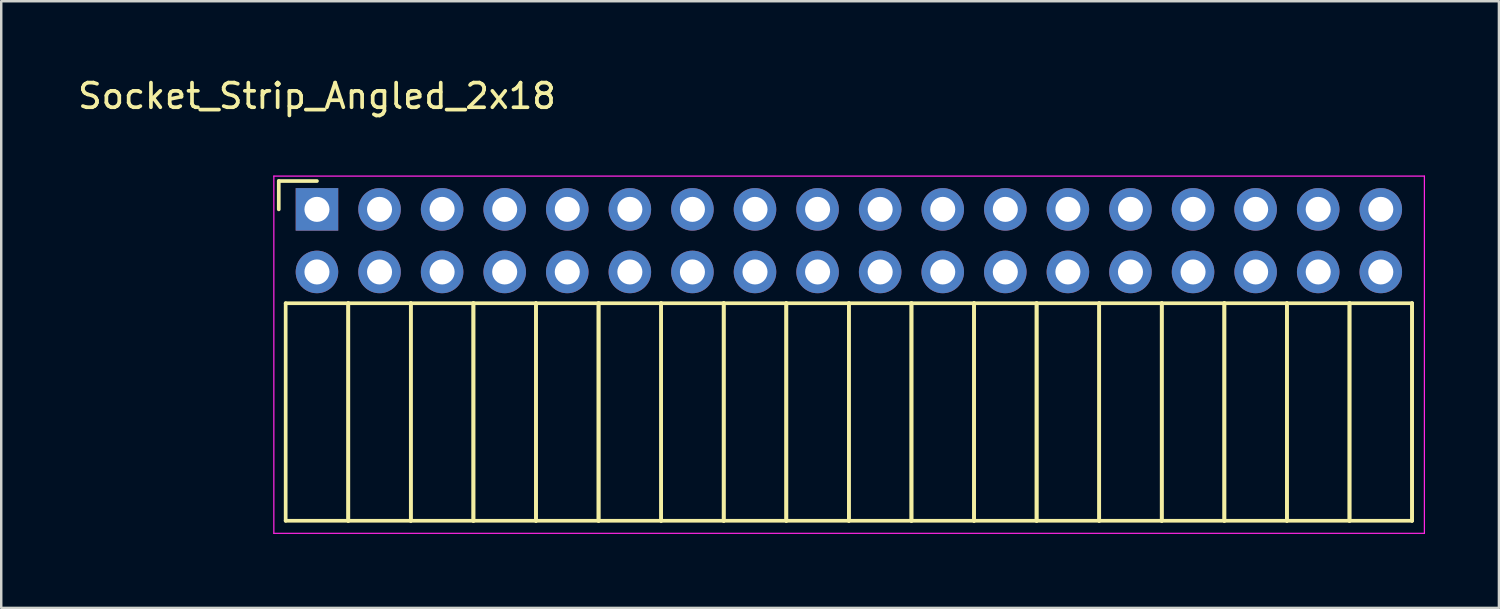
<source format=kicad_pcb>
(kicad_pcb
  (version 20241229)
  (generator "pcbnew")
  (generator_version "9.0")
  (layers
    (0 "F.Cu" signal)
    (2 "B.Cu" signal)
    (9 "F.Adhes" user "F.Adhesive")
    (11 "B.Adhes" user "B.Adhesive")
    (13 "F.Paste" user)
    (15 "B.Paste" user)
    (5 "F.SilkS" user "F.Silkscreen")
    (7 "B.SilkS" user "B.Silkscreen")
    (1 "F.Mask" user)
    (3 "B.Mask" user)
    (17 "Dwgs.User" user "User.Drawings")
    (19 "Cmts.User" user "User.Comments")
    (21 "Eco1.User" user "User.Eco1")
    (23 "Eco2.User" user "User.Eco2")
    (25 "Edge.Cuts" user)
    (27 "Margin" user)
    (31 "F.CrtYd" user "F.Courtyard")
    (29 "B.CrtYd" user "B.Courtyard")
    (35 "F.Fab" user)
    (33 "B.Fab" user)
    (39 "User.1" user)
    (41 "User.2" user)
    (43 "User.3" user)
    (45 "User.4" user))
  (footprint "Socket_Strip_Angled_2x18"
    (layer "F.Cu")
    (at 9.815 5.448)
    (property "Reference" "Socket_Strip_Angled_2x18" (at 0 -4.6 0) (layer "F.SilkS") (effects (font (size 1 1) (thickness 0.15))))
    (attr through_hole)
    (fp_line (start -1.55 -1.15) (end -1.55 0) (stroke (width 0.15) (type solid)) (layer "F.SilkS"))
    (fp_line (start -1.27 3.81) (end -1.27 12.64) (stroke (width 0.15) (type solid)) (layer "F.SilkS"))
    (fp_line (start -1.27 3.81) (end 1.27 3.81) (stroke (width 0.15) (type solid)) (layer "F.SilkS"))
    (fp_line (start -1.27 12.64) (end 1.27 12.64) (stroke (width 0.15) (type solid)) (layer "F.SilkS"))
    (fp_line (start 0 -1.15) (end -1.55 -1.15) (stroke (width 0.15) (type solid)) (layer "F.SilkS"))
    (fp_line (start 1.27 3.81) (end 1.27 12.64) (stroke (width 0.15) (type solid)) (layer "F.SilkS"))
    (fp_line (start 1.27 3.81) (end 3.81 3.81) (stroke (width 0.15) (type solid)) (layer "F.SilkS"))
    (fp_line (start 1.27 12.64) (end 1.27 3.81) (stroke (width 0.15) (type solid)) (layer "F.SilkS"))
    (fp_line (start 1.27 12.64) (end 3.81 12.64) (stroke (width 0.15) (type solid)) (layer "F.SilkS"))
    (fp_line (start 3.81 3.81) (end 3.81 12.64) (stroke (width 0.15) (type solid)) (layer "F.SilkS"))
    (fp_line (start 3.81 3.81) (end 6.35 3.81) (stroke (width 0.15) (type solid)) (layer "F.SilkS"))
    (fp_line (start 3.81 12.64) (end 3.81 3.81) (stroke (width 0.15) (type solid)) (layer "F.SilkS"))
    (fp_line (start 3.81 12.64) (end 6.35 12.64) (stroke (width 0.15) (type solid)) (layer "F.SilkS"))
    (fp_line (start 6.35 3.81) (end 6.35 12.64) (stroke (width 0.15) (type solid)) (layer "F.SilkS"))
    (fp_line (start 6.35 3.81) (end 8.89 3.81) (stroke (width 0.15) (type solid)) (layer "F.SilkS"))
    (fp_line (start 6.35 12.64) (end 6.35 3.81) (stroke (width 0.15) (type solid)) (layer "F.SilkS"))
    (fp_line (start 6.35 12.64) (end 8.89 12.64) (stroke (width 0.15) (type solid)) (layer "F.SilkS"))
    (fp_line (start 8.89 3.81) (end 8.89 12.64) (stroke (width 0.15) (type solid)) (layer "F.SilkS"))
    (fp_line (start 8.89 3.81) (end 11.43 3.81) (stroke (width 0.15) (type solid)) (layer "F.SilkS"))
    (fp_line (start 8.89 12.64) (end 8.89 3.81) (stroke (width 0.15) (type solid)) (layer "F.SilkS"))
    (fp_line (start 8.89 12.64) (end 11.43 12.64) (stroke (width 0.15) (type solid)) (layer "F.SilkS"))
    (fp_line (start 11.43 3.81) (end 11.43 12.64) (stroke (width 0.15) (type solid)) (layer "F.SilkS"))
    (fp_line (start 11.43 3.81) (end 13.97 3.81) (stroke (width 0.15) (type solid)) (layer "F.SilkS"))
    (fp_line (start 11.43 12.64) (end 11.43 3.81) (stroke (width 0.15) (type solid)) (layer "F.SilkS"))
    (fp_line (start 11.43 12.64) (end 13.97 12.64) (stroke (width 0.15) (type solid)) (layer "F.SilkS"))
    (fp_line (start 13.97 3.81) (end 13.97 12.64) (stroke (width 0.15) (type solid)) (layer "F.SilkS"))
    (fp_line (start 13.97 3.81) (end 16.51 3.81) (stroke (width 0.15) (type solid)) (layer "F.SilkS"))
    (fp_line (start 13.97 12.64) (end 13.97 3.81) (stroke (width 0.15) (type solid)) (layer "F.SilkS"))
    (fp_line (start 13.97 12.64) (end 16.51 12.64) (stroke (width 0.15) (type solid)) (layer "F.SilkS"))
    (fp_line (start 16.51 3.81) (end 16.51 12.64) (stroke (width 0.15) (type solid)) (layer "F.SilkS"))
    (fp_line (start 16.51 3.81) (end 19.05 3.81) (stroke (width 0.15) (type solid)) (layer "F.SilkS"))
    (fp_line (start 16.51 12.64) (end 16.51 3.81) (stroke (width 0.15) (type solid)) (layer "F.SilkS"))
    (fp_line (start 16.51 12.64) (end 19.05 12.64) (stroke (width 0.15) (type solid)) (layer "F.SilkS"))
    (fp_line (start 19.05 3.81) (end 19.05 12.64) (stroke (width 0.15) (type solid)) (layer "F.SilkS"))
    (fp_line (start 19.05 3.81) (end 21.59 3.81) (stroke (width 0.15) (type solid)) (layer "F.SilkS"))
    (fp_line (start 19.05 12.64) (end 19.05 3.81) (stroke (width 0.15) (type solid)) (layer "F.SilkS"))
    (fp_line (start 19.05 12.64) (end 21.59 12.64) (stroke (width 0.15) (type solid)) (layer "F.SilkS"))
    (fp_line (start 21.59 3.81) (end 21.59 12.64) (stroke (width 0.15) (type solid)) (layer "F.SilkS"))
    (fp_line (start 21.59 3.81) (end 24.13 3.81) (stroke (width 0.15) (type solid)) (layer "F.SilkS"))
    (fp_line (start 21.59 12.64) (end 21.59 3.81) (stroke (width 0.15) (type solid)) (layer "F.SilkS"))
    (fp_line (start 21.59 12.64) (end 24.13 12.64) (stroke (width 0.15) (type solid)) (layer "F.SilkS"))
    (fp_line (start 24.13 3.81) (end 24.13 12.64) (stroke (width 0.15) (type solid)) (layer "F.SilkS"))
    (fp_line (start 24.13 3.81) (end 26.67 3.81) (stroke (width 0.15) (type solid)) (layer "F.SilkS"))
    (fp_line (start 24.13 12.64) (end 24.13 3.81) (stroke (width 0.15) (type solid)) (layer "F.SilkS"))
    (fp_line (start 24.13 12.64) (end 26.67 12.64) (stroke (width 0.15) (type solid)) (layer "F.SilkS"))
    (fp_line (start 26.67 3.81) (end 26.67 12.64) (stroke (width 0.15) (type solid)) (layer "F.SilkS"))
    (fp_line (start 26.67 3.81) (end 29.21 3.81) (stroke (width 0.15) (type solid)) (layer "F.SilkS"))
    (fp_line (start 26.67 12.64) (end 26.67 3.81) (stroke (width 0.15) (type solid)) (layer "F.SilkS"))
    (fp_line (start 26.67 12.64) (end 29.21 12.64) (stroke (width 0.15) (type solid)) (layer "F.SilkS"))
    (fp_line (start 29.21 3.81) (end 29.21 12.64) (stroke (width 0.15) (type solid)) (layer "F.SilkS"))
    (fp_line (start 29.21 3.81) (end 31.75 3.81) (stroke (width 0.15) (type solid)) (layer "F.SilkS"))
    (fp_line (start 29.21 12.64) (end 29.21 3.81) (stroke (width 0.15) (type solid)) (layer "F.SilkS"))
    (fp_line (start 29.21 12.64) (end 31.75 12.64) (stroke (width 0.15) (type solid)) (layer "F.SilkS"))
    (fp_line (start 31.75 3.81) (end 31.75 12.64) (stroke (width 0.15) (type solid)) (layer "F.SilkS"))
    (fp_line (start 31.75 3.81) (end 34.29 3.81) (stroke (width 0.15) (type solid)) (layer "F.SilkS"))
    (fp_line (start 31.75 12.64) (end 31.75 3.81) (stroke (width 0.15) (type solid)) (layer "F.SilkS"))
    (fp_line (start 31.75 12.64) (end 34.29 12.64) (stroke (width 0.15) (type solid)) (layer "F.SilkS"))
    (fp_line (start 34.29 3.81) (end 34.29 12.64) (stroke (width 0.15) (type solid)) (layer "F.SilkS"))
    (fp_line (start 34.29 3.81) (end 36.83 3.81) (stroke (width 0.15) (type solid)) (layer "F.SilkS"))
    (fp_line (start 34.29 12.64) (end 34.29 3.81) (stroke (width 0.15) (type solid)) (layer "F.SilkS"))
    (fp_line (start 34.29 12.64) (end 36.83 12.64) (stroke (width 0.15) (type solid)) (layer "F.SilkS"))
    (fp_line (start 36.83 3.81) (end 36.83 12.64) (stroke (width 0.15) (type solid)) (layer "F.SilkS"))
    (fp_line (start 36.83 3.81) (end 39.37 3.81) (stroke (width 0.15) (type solid)) (layer "F.SilkS"))
    (fp_line (start 36.83 12.64) (end 36.83 3.81) (stroke (width 0.15) (type solid)) (layer "F.SilkS"))
    (fp_line (start 36.83 12.64) (end 39.37 12.64) (stroke (width 0.15) (type solid)) (layer "F.SilkS"))
    (fp_line (start 39.37 3.81) (end 39.37 12.64) (stroke (width 0.15) (type solid)) (layer "F.SilkS"))
    (fp_line (start 39.37 3.81) (end 41.91 3.81) (stroke (width 0.15) (type solid)) (layer "F.SilkS"))
    (fp_line (start 39.37 12.64) (end 39.37 3.81) (stroke (width 0.15) (type solid)) (layer "F.SilkS"))
    (fp_line (start 39.37 12.64) (end 41.91 12.64) (stroke (width 0.15) (type solid)) (layer "F.SilkS"))
    (fp_line (start 41.91 3.81) (end 41.91 12.64) (stroke (width 0.15) (type solid)) (layer "F.SilkS"))
    (fp_line (start 41.91 3.81) (end 44.45 3.81) (stroke (width 0.15) (type solid)) (layer "F.SilkS"))
    (fp_line (start 41.91 12.64) (end 41.91 3.81) (stroke (width 0.15) (type solid)) (layer "F.SilkS"))
    (fp_line (start 41.91 12.64) (end 44.45 12.64) (stroke (width 0.15) (type solid)) (layer "F.SilkS"))
    (fp_line (start 44.45 3.81) (end 44.45 12.64) (stroke (width 0.15) (type solid)) (layer "F.SilkS"))
    (fp_line (start 44.45 12.64) (end 44.45 3.81) (stroke (width 0.15) (type solid)) (layer "F.SilkS"))
    (fp_line (start -1.75 -1.35) (end -1.75 13.15) (stroke (width 0.05) (type solid)) (layer "F.CrtYd"))
    (fp_line (start -1.75 -1.35) (end 44.95 -1.35) (stroke (width 0.05) (type solid)) (layer "F.CrtYd"))
    (fp_line (start -1.75 13.15) (end 44.95 13.15) (stroke (width 0.05) (type solid)) (layer "F.CrtYd"))
    (fp_line (start 44.95 -1.35) (end 44.95 13.15) (stroke (width 0.05) (type solid)) (layer "F.CrtYd"))
    (pad "1" thru_hole rect (at 0 0) (size 1.727 1.727) (drill 1.016) (layers "*.Cu" "*.Mask"))
    (pad "2" thru_hole oval (at 0 2.54) (size 1.727 1.727) (drill 1.016) (layers "*.Cu" "*.Mask"))
    (pad "3" thru_hole oval (at 2.54 0) (size 1.727 1.727) (drill 1.016) (layers "*.Cu" "*.Mask"))
    (pad "4" thru_hole oval (at 2.54 2.54) (size 1.727 1.727) (drill 1.016) (layers "*.Cu" "*.Mask"))
    (pad "5" thru_hole oval (at 5.08 0) (size 1.727 1.727) (drill 1.016) (layers "*.Cu" "*.Mask"))
    (pad "6" thru_hole oval (at 5.08 2.54) (size 1.727 1.727) (drill 1.016) (layers "*.Cu" "*.Mask"))
    (pad "7" thru_hole oval (at 7.62 0) (size 1.727 1.727) (drill 1.016) (layers "*.Cu" "*.Mask"))
    (pad "8" thru_hole oval (at 7.62 2.54) (size 1.727 1.727) (drill 1.016) (layers "*.Cu" "*.Mask"))
    (pad "9" thru_hole oval (at 10.16 0) (size 1.727 1.727) (drill 1.016) (layers "*.Cu" "*.Mask"))
    (pad "10" thru_hole oval (at 10.16 2.54) (size 1.727 1.727) (drill 1.016) (layers "*.Cu" "*.Mask"))
    (pad "11" thru_hole oval (at 12.7 0) (size 1.727 1.727) (drill 1.016) (layers "*.Cu" "*.Mask"))
    (pad "12" thru_hole oval (at 12.7 2.54) (size 1.727 1.727) (drill 1.016) (layers "*.Cu" "*.Mask"))
    (pad "13" thru_hole oval (at 15.24 0) (size 1.727 1.727) (drill 1.016) (layers "*.Cu" "*.Mask"))
    (pad "14" thru_hole oval (at 15.24 2.54) (size 1.727 1.727) (drill 1.016) (layers "*.Cu" "*.Mask"))
    (pad "15" thru_hole oval (at 17.78 0) (size 1.727 1.727) (drill 1.016) (layers "*.Cu" "*.Mask"))
    (pad "16" thru_hole oval (at 17.78 2.54) (size 1.727 1.727) (drill 1.016) (layers "*.Cu" "*.Mask"))
    (pad "17" thru_hole oval (at 20.32 0) (size 1.727 1.727) (drill 1.016) (layers "*.Cu" "*.Mask"))
    (pad "18" thru_hole oval (at 20.32 2.54) (size 1.727 1.727) (drill 1.016) (layers "*.Cu" "*.Mask"))
    (pad "19" thru_hole oval (at 22.86 0) (size 1.727 1.727) (drill 1.016) (layers "*.Cu" "*.Mask"))
    (pad "20" thru_hole oval (at 22.86 2.54) (size 1.727 1.727) (drill 1.016) (layers "*.Cu" "*.Mask"))
    (pad "21" thru_hole oval (at 25.4 0) (size 1.727 1.727) (drill 1.016) (layers "*.Cu" "*.Mask"))
    (pad "22" thru_hole oval (at 25.4 2.54) (size 1.727 1.727) (drill 1.016) (layers "*.Cu" "*.Mask"))
    (pad "23" thru_hole oval (at 27.94 0) (size 1.727 1.727) (drill 1.016) (layers "*.Cu" "*.Mask"))
    (pad "24" thru_hole oval (at 27.94 2.54) (size 1.727 1.727) (drill 1.016) (layers "*.Cu" "*.Mask"))
    (pad "25" thru_hole oval (at 30.48 0) (size 1.727 1.727) (drill 1.016) (layers "*.Cu" "*.Mask"))
    (pad "26" thru_hole oval (at 30.48 2.54) (size 1.727 1.727) (drill 1.016) (layers "*.Cu" "*.Mask"))
    (pad "27" thru_hole oval (at 33.02 0) (size 1.727 1.727) (drill 1.016) (layers "*.Cu" "*.Mask"))
    (pad "28" thru_hole oval (at 33.02 2.54) (size 1.727 1.727) (drill 1.016) (layers "*.Cu" "*.Mask"))
    (pad "29" thru_hole oval (at 35.56 0) (size 1.727 1.727) (drill 1.016) (layers "*.Cu" "*.Mask"))
    (pad "30" thru_hole oval (at 35.56 2.54) (size 1.727 1.727) (drill 1.016) (layers "*.Cu" "*.Mask"))
    (pad "31" thru_hole oval (at 38.1 0) (size 1.727 1.727) (drill 1.016) (layers "*.Cu" "*.Mask"))
    (pad "32" thru_hole oval (at 38.1 2.54) (size 1.727 1.727) (drill 1.016) (layers "*.Cu" "*.Mask"))
    (pad "33" thru_hole oval (at 40.64 0) (size 1.727 1.727) (drill 1.016) (layers "*.Cu" "*.Mask"))
    (pad "34" thru_hole oval (at 40.64 2.54) (size 1.727 1.727) (drill 1.016) (layers "*.Cu" "*.Mask"))
    (pad "35" thru_hole oval (at 43.18 0) (size 1.727 1.727) (drill 1.016) (layers "*.Cu" "*.Mask"))
    (pad "36" thru_hole oval (at 43.18 2.54) (size 1.727 1.727) (drill 1.016) (layers "*.Cu" "*.Mask")))
  (gr_rect
    (start -3 -3)
    (end 57.79 21.623)
    (stroke (width 0.1) (type default))
    (fill no)
    (layer "Edge.Cuts")))
</source>
